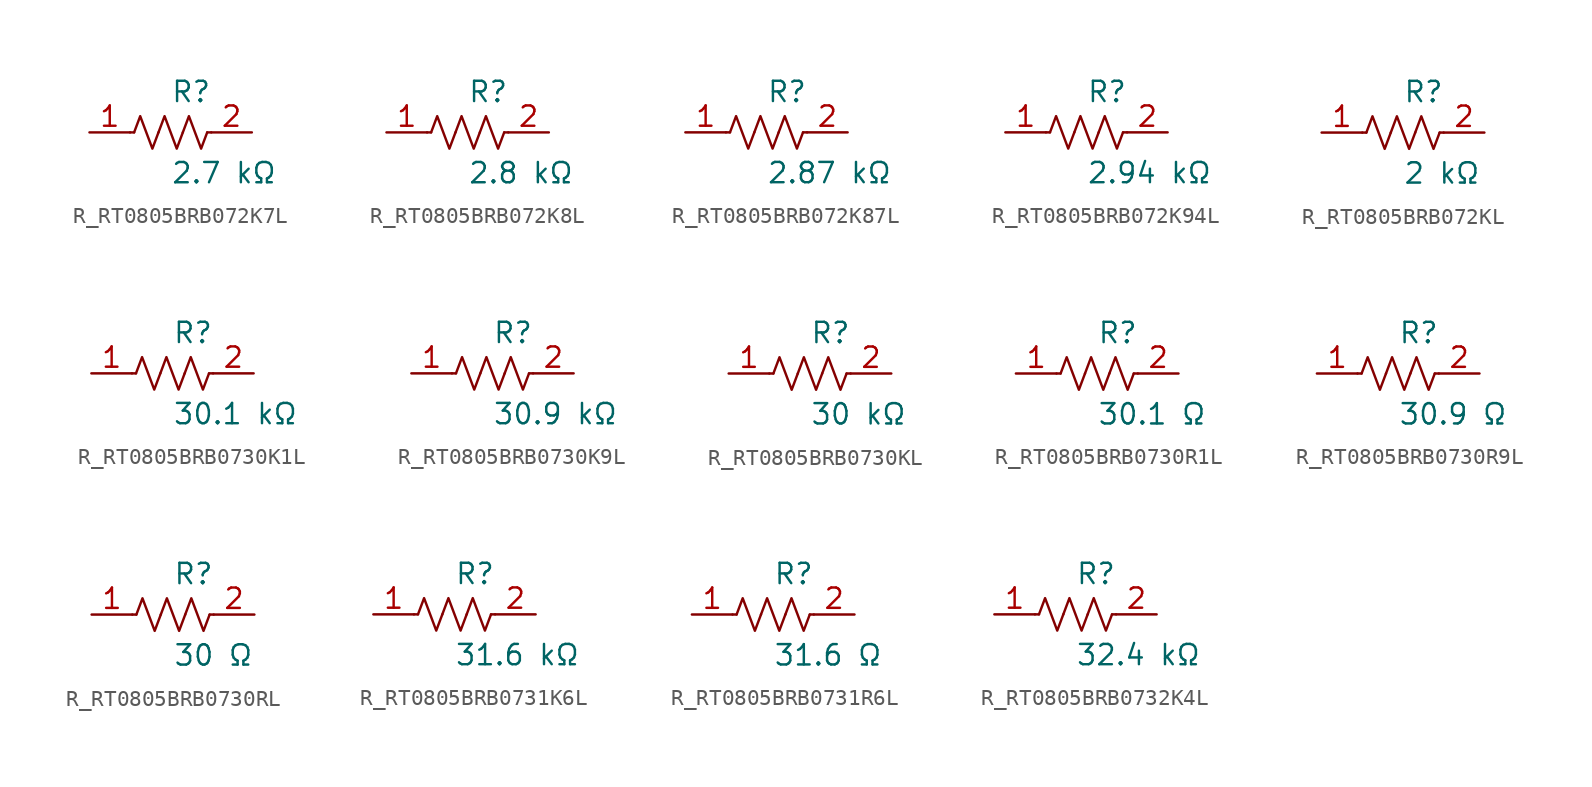
<source format=kicad_sym>
(kicad_symbol_lib
  (version 20231120)
  (generator kicad_symbol_editor)
  (generator_version 8.0)
  (symbol "R_RT0805BRB072K7L"
    (pin_names
      (offset 0.254))
    (property "Reference" "R"
      (at 0 2.54 0)
      (effects (font (size 1.27 1.27)) (justify left)))
    (property "Value" "2.7 kΩ"
      (at 0 -2.54 0)
      (effects (font (size 1.27 1.27)) (justify left)))
    (symbol "R_RT0805BRB072K7L_0_1"
      (polyline (pts (xy 2.286 0) (xy 2.54 0)) (stroke (width 0) (type default)) (fill (type none)))
      (polyline (pts (xy -2.286 0) (xy -2.54 0)) (stroke (width 0) (type default)) (fill (type none)))
      (polyline (pts (xy 0.762 0) (xy 1.143 1.016) (xy 1.524 0) (xy 1.905 -1.016) (xy 2.286 0)) (stroke (width 0) (type default)) (fill (type none)))
      (polyline (pts (xy -0.762 0) (xy -0.381 1.016) (xy 0 0) (xy 0.381 -1.016) (xy 0.762 0)) (stroke (width 0) (type default)) (fill (type none)))
      (polyline (pts (xy -2.286 0) (xy -1.905 1.016) (xy -1.524 0) (xy -1.143 -1.016) (xy -0.762 0)) (stroke (width 0) (type default)) (fill (type none))))
    (pin unspecified line
      (at -5.08 0 0)
      (length 2.54)
      (name "" (effects (font (size 1.27 1.27))))
      (number "1" (effects (font (size 1.27 1.27)))))
    (pin unspecified line
      (at 5.08 0 180)
      (length 2.54)
      (name "" (effects (font (size 1.27 1.27))))
      (number "2" (effects (font (size 1.27 1.27))))))
  (symbol "R_RT0805BRB072K8L"
    (pin_names
      (offset 0.254))
    (property "Reference" "R"
      (at 0 2.54 0)
      (effects (font (size 1.27 1.27)) (justify left)))
    (property "Value" "2.8 kΩ"
      (at 0 -2.54 0)
      (effects (font (size 1.27 1.27)) (justify left)))
    (symbol "R_RT0805BRB072K8L_0_1"
      (polyline (pts (xy 2.286 0) (xy 2.54 0)) (stroke (width 0) (type default)) (fill (type none)))
      (polyline (pts (xy -2.286 0) (xy -2.54 0)) (stroke (width 0) (type default)) (fill (type none)))
      (polyline (pts (xy 0.762 0) (xy 1.143 1.016) (xy 1.524 0) (xy 1.905 -1.016) (xy 2.286 0)) (stroke (width 0) (type default)) (fill (type none)))
      (polyline (pts (xy -0.762 0) (xy -0.381 1.016) (xy 0 0) (xy 0.381 -1.016) (xy 0.762 0)) (stroke (width 0) (type default)) (fill (type none)))
      (polyline (pts (xy -2.286 0) (xy -1.905 1.016) (xy -1.524 0) (xy -1.143 -1.016) (xy -0.762 0)) (stroke (width 0) (type default)) (fill (type none))))
    (pin unspecified line
      (at -5.08 0 0)
      (length 2.54)
      (name "" (effects (font (size 1.27 1.27))))
      (number "1" (effects (font (size 1.27 1.27)))))
    (pin unspecified line
      (at 5.08 0 180)
      (length 2.54)
      (name "" (effects (font (size 1.27 1.27))))
      (number "2" (effects (font (size 1.27 1.27))))))
  (symbol "R_RT0805BRB072K87L"
    (pin_names
      (offset 0.254))
    (property "Reference" "R"
      (at 0 2.54 0)
      (effects (font (size 1.27 1.27)) (justify left)))
    (property "Value" "2.87 kΩ"
      (at 0 -2.54 0)
      (effects (font (size 1.27 1.27)) (justify left)))
    (symbol "R_RT0805BRB072K87L_0_1"
      (polyline (pts (xy 2.286 0) (xy 2.54 0)) (stroke (width 0) (type default)) (fill (type none)))
      (polyline (pts (xy -2.286 0) (xy -2.54 0)) (stroke (width 0) (type default)) (fill (type none)))
      (polyline (pts (xy 0.762 0) (xy 1.143 1.016) (xy 1.524 0) (xy 1.905 -1.016) (xy 2.286 0)) (stroke (width 0) (type default)) (fill (type none)))
      (polyline (pts (xy -0.762 0) (xy -0.381 1.016) (xy 0 0) (xy 0.381 -1.016) (xy 0.762 0)) (stroke (width 0) (type default)) (fill (type none)))
      (polyline (pts (xy -2.286 0) (xy -1.905 1.016) (xy -1.524 0) (xy -1.143 -1.016) (xy -0.762 0)) (stroke (width 0) (type default)) (fill (type none))))
    (pin unspecified line
      (at -5.08 0 0)
      (length 2.54)
      (name "" (effects (font (size 1.27 1.27))))
      (number "1" (effects (font (size 1.27 1.27)))))
    (pin unspecified line
      (at 5.08 0 180)
      (length 2.54)
      (name "" (effects (font (size 1.27 1.27))))
      (number "2" (effects (font (size 1.27 1.27))))))
  (symbol "R_RT0805BRB072K94L"
    (pin_names
      (offset 0.254))
    (property "Reference" "R"
      (at 0 2.54 0)
      (effects (font (size 1.27 1.27)) (justify left)))
    (property "Value" "2.94 kΩ"
      (at 0 -2.54 0)
      (effects (font (size 1.27 1.27)) (justify left)))
    (symbol "R_RT0805BRB072K94L_0_1"
      (polyline (pts (xy 2.286 0) (xy 2.54 0)) (stroke (width 0) (type default)) (fill (type none)))
      (polyline (pts (xy -2.286 0) (xy -2.54 0)) (stroke (width 0) (type default)) (fill (type none)))
      (polyline (pts (xy 0.762 0) (xy 1.143 1.016) (xy 1.524 0) (xy 1.905 -1.016) (xy 2.286 0)) (stroke (width 0) (type default)) (fill (type none)))
      (polyline (pts (xy -0.762 0) (xy -0.381 1.016) (xy 0 0) (xy 0.381 -1.016) (xy 0.762 0)) (stroke (width 0) (type default)) (fill (type none)))
      (polyline (pts (xy -2.286 0) (xy -1.905 1.016) (xy -1.524 0) (xy -1.143 -1.016) (xy -0.762 0)) (stroke (width 0) (type default)) (fill (type none))))
    (pin unspecified line
      (at -5.08 0 0)
      (length 2.54)
      (name "" (effects (font (size 1.27 1.27))))
      (number "1" (effects (font (size 1.27 1.27)))))
    (pin unspecified line
      (at 5.08 0 180)
      (length 2.54)
      (name "" (effects (font (size 1.27 1.27))))
      (number "2" (effects (font (size 1.27 1.27))))))
  (symbol "R_RT0805BRB072KL"
    (pin_names
      (offset 0.254))
    (property "Reference" "R"
      (at 0 2.54 0)
      (effects (font (size 1.27 1.27)) (justify left)))
    (property "Value" "2 kΩ"
      (at 0 -2.54 0)
      (effects (font (size 1.27 1.27)) (justify left)))
    (symbol "R_RT0805BRB072KL_0_1"
      (polyline (pts (xy 2.286 0) (xy 2.54 0)) (stroke (width 0) (type default)) (fill (type none)))
      (polyline (pts (xy -2.286 0) (xy -2.54 0)) (stroke (width 0) (type default)) (fill (type none)))
      (polyline (pts (xy 0.762 0) (xy 1.143 1.016) (xy 1.524 0) (xy 1.905 -1.016) (xy 2.286 0)) (stroke (width 0) (type default)) (fill (type none)))
      (polyline (pts (xy -0.762 0) (xy -0.381 1.016) (xy 0 0) (xy 0.381 -1.016) (xy 0.762 0)) (stroke (width 0) (type default)) (fill (type none)))
      (polyline (pts (xy -2.286 0) (xy -1.905 1.016) (xy -1.524 0) (xy -1.143 -1.016) (xy -0.762 0)) (stroke (width 0) (type default)) (fill (type none))))
    (pin unspecified line
      (at -5.08 0 0)
      (length 2.54)
      (name "" (effects (font (size 1.27 1.27))))
      (number "1" (effects (font (size 1.27 1.27)))))
    (pin unspecified line
      (at 5.08 0 180)
      (length 2.54)
      (name "" (effects (font (size 1.27 1.27))))
      (number "2" (effects (font (size 1.27 1.27))))))
  (symbol "R_RT0805BRB0730K1L"
    (pin_names
      (offset 0.254))
    (property "Reference" "R"
      (at 0 2.54 0)
      (effects (font (size 1.27 1.27)) (justify left)))
    (property "Value" "30.1 kΩ"
      (at 0 -2.54 0)
      (effects (font (size 1.27 1.27)) (justify left)))
    (symbol "R_RT0805BRB0730K1L_0_1"
      (polyline (pts (xy 2.286 0) (xy 2.54 0)) (stroke (width 0) (type default)) (fill (type none)))
      (polyline (pts (xy -2.286 0) (xy -2.54 0)) (stroke (width 0) (type default)) (fill (type none)))
      (polyline (pts (xy 0.762 0) (xy 1.143 1.016) (xy 1.524 0) (xy 1.905 -1.016) (xy 2.286 0)) (stroke (width 0) (type default)) (fill (type none)))
      (polyline (pts (xy -0.762 0) (xy -0.381 1.016) (xy 0 0) (xy 0.381 -1.016) (xy 0.762 0)) (stroke (width 0) (type default)) (fill (type none)))
      (polyline (pts (xy -2.286 0) (xy -1.905 1.016) (xy -1.524 0) (xy -1.143 -1.016) (xy -0.762 0)) (stroke (width 0) (type default)) (fill (type none))))
    (pin unspecified line
      (at -5.08 0 0)
      (length 2.54)
      (name "" (effects (font (size 1.27 1.27))))
      (number "1" (effects (font (size 1.27 1.27)))))
    (pin unspecified line
      (at 5.08 0 180)
      (length 2.54)
      (name "" (effects (font (size 1.27 1.27))))
      (number "2" (effects (font (size 1.27 1.27))))))
  (symbol "R_RT0805BRB0730K9L"
    (pin_names
      (offset 0.254))
    (property "Reference" "R"
      (at 0 2.54 0)
      (effects (font (size 1.27 1.27)) (justify left)))
    (property "Value" "30.9 kΩ"
      (at 0 -2.54 0)
      (effects (font (size 1.27 1.27)) (justify left)))
    (symbol "R_RT0805BRB0730K9L_0_1"
      (polyline (pts (xy 2.286 0) (xy 2.54 0)) (stroke (width 0) (type default)) (fill (type none)))
      (polyline (pts (xy -2.286 0) (xy -2.54 0)) (stroke (width 0) (type default)) (fill (type none)))
      (polyline (pts (xy 0.762 0) (xy 1.143 1.016) (xy 1.524 0) (xy 1.905 -1.016) (xy 2.286 0)) (stroke (width 0) (type default)) (fill (type none)))
      (polyline (pts (xy -0.762 0) (xy -0.381 1.016) (xy 0 0) (xy 0.381 -1.016) (xy 0.762 0)) (stroke (width 0) (type default)) (fill (type none)))
      (polyline (pts (xy -2.286 0) (xy -1.905 1.016) (xy -1.524 0) (xy -1.143 -1.016) (xy -0.762 0)) (stroke (width 0) (type default)) (fill (type none))))
    (pin unspecified line
      (at -5.08 0 0)
      (length 2.54)
      (name "" (effects (font (size 1.27 1.27))))
      (number "1" (effects (font (size 1.27 1.27)))))
    (pin unspecified line
      (at 5.08 0 180)
      (length 2.54)
      (name "" (effects (font (size 1.27 1.27))))
      (number "2" (effects (font (size 1.27 1.27))))))
  (symbol "R_RT0805BRB0730KL"
    (pin_names
      (offset 0.254))
    (property "Reference" "R"
      (at 0 2.54 0)
      (effects (font (size 1.27 1.27)) (justify left)))
    (property "Value" "30 kΩ"
      (at 0 -2.54 0)
      (effects (font (size 1.27 1.27)) (justify left)))
    (symbol "R_RT0805BRB0730KL_0_1"
      (polyline (pts (xy 2.286 0) (xy 2.54 0)) (stroke (width 0) (type default)) (fill (type none)))
      (polyline (pts (xy -2.286 0) (xy -2.54 0)) (stroke (width 0) (type default)) (fill (type none)))
      (polyline (pts (xy 0.762 0) (xy 1.143 1.016) (xy 1.524 0) (xy 1.905 -1.016) (xy 2.286 0)) (stroke (width 0) (type default)) (fill (type none)))
      (polyline (pts (xy -0.762 0) (xy -0.381 1.016) (xy 0 0) (xy 0.381 -1.016) (xy 0.762 0)) (stroke (width 0) (type default)) (fill (type none)))
      (polyline (pts (xy -2.286 0) (xy -1.905 1.016) (xy -1.524 0) (xy -1.143 -1.016) (xy -0.762 0)) (stroke (width 0) (type default)) (fill (type none))))
    (pin unspecified line
      (at -5.08 0 0)
      (length 2.54)
      (name "" (effects (font (size 1.27 1.27))))
      (number "1" (effects (font (size 1.27 1.27)))))
    (pin unspecified line
      (at 5.08 0 180)
      (length 2.54)
      (name "" (effects (font (size 1.27 1.27))))
      (number "2" (effects (font (size 1.27 1.27))))))
  (symbol "R_RT0805BRB0730R1L"
    (pin_names
      (offset 0.254))
    (property "Reference" "R"
      (at 0 2.54 0)
      (effects (font (size 1.27 1.27)) (justify left)))
    (property "Value" "30.1 Ω"
      (at 0 -2.54 0)
      (effects (font (size 1.27 1.27)) (justify left)))
    (symbol "R_RT0805BRB0730R1L_0_1"
      (polyline (pts (xy 2.286 0) (xy 2.54 0)) (stroke (width 0) (type default)) (fill (type none)))
      (polyline (pts (xy -2.286 0) (xy -2.54 0)) (stroke (width 0) (type default)) (fill (type none)))
      (polyline (pts (xy 0.762 0) (xy 1.143 1.016) (xy 1.524 0) (xy 1.905 -1.016) (xy 2.286 0)) (stroke (width 0) (type default)) (fill (type none)))
      (polyline (pts (xy -0.762 0) (xy -0.381 1.016) (xy 0 0) (xy 0.381 -1.016) (xy 0.762 0)) (stroke (width 0) (type default)) (fill (type none)))
      (polyline (pts (xy -2.286 0) (xy -1.905 1.016) (xy -1.524 0) (xy -1.143 -1.016) (xy -0.762 0)) (stroke (width 0) (type default)) (fill (type none))))
    (pin unspecified line
      (at -5.08 0 0)
      (length 2.54)
      (name "" (effects (font (size 1.27 1.27))))
      (number "1" (effects (font (size 1.27 1.27)))))
    (pin unspecified line
      (at 5.08 0 180)
      (length 2.54)
      (name "" (effects (font (size 1.27 1.27))))
      (number "2" (effects (font (size 1.27 1.27))))))
  (symbol "R_RT0805BRB0730R9L"
    (pin_names
      (offset 0.254))
    (property "Reference" "R"
      (at 0 2.54 0)
      (effects (font (size 1.27 1.27)) (justify left)))
    (property "Value" "30.9 Ω"
      (at 0 -2.54 0)
      (effects (font (size 1.27 1.27)) (justify left)))
    (symbol "R_RT0805BRB0730R9L_0_1"
      (polyline (pts (xy 2.286 0) (xy 2.54 0)) (stroke (width 0) (type default)) (fill (type none)))
      (polyline (pts (xy -2.286 0) (xy -2.54 0)) (stroke (width 0) (type default)) (fill (type none)))
      (polyline (pts (xy 0.762 0) (xy 1.143 1.016) (xy 1.524 0) (xy 1.905 -1.016) (xy 2.286 0)) (stroke (width 0) (type default)) (fill (type none)))
      (polyline (pts (xy -0.762 0) (xy -0.381 1.016) (xy 0 0) (xy 0.381 -1.016) (xy 0.762 0)) (stroke (width 0) (type default)) (fill (type none)))
      (polyline (pts (xy -2.286 0) (xy -1.905 1.016) (xy -1.524 0) (xy -1.143 -1.016) (xy -0.762 0)) (stroke (width 0) (type default)) (fill (type none))))
    (pin unspecified line
      (at -5.08 0 0)
      (length 2.54)
      (name "" (effects (font (size 1.27 1.27))))
      (number "1" (effects (font (size 1.27 1.27)))))
    (pin unspecified line
      (at 5.08 0 180)
      (length 2.54)
      (name "" (effects (font (size 1.27 1.27))))
      (number "2" (effects (font (size 1.27 1.27))))))
  (symbol "R_RT0805BRB0730RL"
    (pin_names
      (offset 0.254))
    (property "Reference" "R"
      (at 0 2.54 0)
      (effects (font (size 1.27 1.27)) (justify left)))
    (property "Value" "30 Ω"
      (at 0 -2.54 0)
      (effects (font (size 1.27 1.27)) (justify left)))
    (symbol "R_RT0805BRB0730RL_0_1"
      (polyline (pts (xy 2.286 0) (xy 2.54 0)) (stroke (width 0) (type default)) (fill (type none)))
      (polyline (pts (xy -2.286 0) (xy -2.54 0)) (stroke (width 0) (type default)) (fill (type none)))
      (polyline (pts (xy 0.762 0) (xy 1.143 1.016) (xy 1.524 0) (xy 1.905 -1.016) (xy 2.286 0)) (stroke (width 0) (type default)) (fill (type none)))
      (polyline (pts (xy -0.762 0) (xy -0.381 1.016) (xy 0 0) (xy 0.381 -1.016) (xy 0.762 0)) (stroke (width 0) (type default)) (fill (type none)))
      (polyline (pts (xy -2.286 0) (xy -1.905 1.016) (xy -1.524 0) (xy -1.143 -1.016) (xy -0.762 0)) (stroke (width 0) (type default)) (fill (type none))))
    (pin unspecified line
      (at -5.08 0 0)
      (length 2.54)
      (name "" (effects (font (size 1.27 1.27))))
      (number "1" (effects (font (size 1.27 1.27)))))
    (pin unspecified line
      (at 5.08 0 180)
      (length 2.54)
      (name "" (effects (font (size 1.27 1.27))))
      (number "2" (effects (font (size 1.27 1.27))))))
  (symbol "R_RT0805BRB0731K6L"
    (pin_names
      (offset 0.254))
    (property "Reference" "R"
      (at 0 2.54 0)
      (effects (font (size 1.27 1.27)) (justify left)))
    (property "Value" "31.6 kΩ"
      (at 0 -2.54 0)
      (effects (font (size 1.27 1.27)) (justify left)))
    (symbol "R_RT0805BRB0731K6L_0_1"
      (polyline (pts (xy 2.286 0) (xy 2.54 0)) (stroke (width 0) (type default)) (fill (type none)))
      (polyline (pts (xy -2.286 0) (xy -2.54 0)) (stroke (width 0) (type default)) (fill (type none)))
      (polyline (pts (xy 0.762 0) (xy 1.143 1.016) (xy 1.524 0) (xy 1.905 -1.016) (xy 2.286 0)) (stroke (width 0) (type default)) (fill (type none)))
      (polyline (pts (xy -0.762 0) (xy -0.381 1.016) (xy 0 0) (xy 0.381 -1.016) (xy 0.762 0)) (stroke (width 0) (type default)) (fill (type none)))
      (polyline (pts (xy -2.286 0) (xy -1.905 1.016) (xy -1.524 0) (xy -1.143 -1.016) (xy -0.762 0)) (stroke (width 0) (type default)) (fill (type none))))
    (pin unspecified line
      (at -5.08 0 0)
      (length 2.54)
      (name "" (effects (font (size 1.27 1.27))))
      (number "1" (effects (font (size 1.27 1.27)))))
    (pin unspecified line
      (at 5.08 0 180)
      (length 2.54)
      (name "" (effects (font (size 1.27 1.27))))
      (number "2" (effects (font (size 1.27 1.27))))))
  (symbol "R_RT0805BRB0731R6L"
    (pin_names
      (offset 0.254))
    (property "Reference" "R"
      (at 0 2.54 0)
      (effects (font (size 1.27 1.27)) (justify left)))
    (property "Value" "31.6 Ω"
      (at 0 -2.54 0)
      (effects (font (size 1.27 1.27)) (justify left)))
    (symbol "R_RT0805BRB0731R6L_0_1"
      (polyline (pts (xy 2.286 0) (xy 2.54 0)) (stroke (width 0) (type default)) (fill (type none)))
      (polyline (pts (xy -2.286 0) (xy -2.54 0)) (stroke (width 0) (type default)) (fill (type none)))
      (polyline (pts (xy 0.762 0) (xy 1.143 1.016) (xy 1.524 0) (xy 1.905 -1.016) (xy 2.286 0)) (stroke (width 0) (type default)) (fill (type none)))
      (polyline (pts (xy -0.762 0) (xy -0.381 1.016) (xy 0 0) (xy 0.381 -1.016) (xy 0.762 0)) (stroke (width 0) (type default)) (fill (type none)))
      (polyline (pts (xy -2.286 0) (xy -1.905 1.016) (xy -1.524 0) (xy -1.143 -1.016) (xy -0.762 0)) (stroke (width 0) (type default)) (fill (type none))))
    (pin unspecified line
      (at -5.08 0 0)
      (length 2.54)
      (name "" (effects (font (size 1.27 1.27))))
      (number "1" (effects (font (size 1.27 1.27)))))
    (pin unspecified line
      (at 5.08 0 180)
      (length 2.54)
      (name "" (effects (font (size 1.27 1.27))))
      (number "2" (effects (font (size 1.27 1.27))))))
  (symbol "R_RT0805BRB0732K4L"
    (pin_names
      (offset 0.254))
    (property "Reference" "R"
      (at 0 2.54 0)
      (effects (font (size 1.27 1.27)) (justify left)))
    (property "Value" "32.4 kΩ"
      (at 0 -2.54 0)
      (effects (font (size 1.27 1.27)) (justify left)))
    (symbol "R_RT0805BRB0732K4L_0_1"
      (polyline (pts (xy 2.286 0) (xy 2.54 0)) (stroke (width 0) (type default)) (fill (type none)))
      (polyline (pts (xy -2.286 0) (xy -2.54 0)) (stroke (width 0) (type default)) (fill (type none)))
      (polyline (pts (xy 0.762 0) (xy 1.143 1.016) (xy 1.524 0) (xy 1.905 -1.016) (xy 2.286 0)) (stroke (width 0) (type default)) (fill (type none)))
      (polyline (pts (xy -0.762 0) (xy -0.381 1.016) (xy 0 0) (xy 0.381 -1.016) (xy 0.762 0)) (stroke (width 0) (type default)) (fill (type none)))
      (polyline (pts (xy -2.286 0) (xy -1.905 1.016) (xy -1.524 0) (xy -1.143 -1.016) (xy -0.762 0)) (stroke (width 0) (type default)) (fill (type none))))
    (pin unspecified line
      (at -5.08 0 0)
      (length 2.54)
      (name "" (effects (font (size 1.27 1.27))))
      (number "1" (effects (font (size 1.27 1.27)))))
    (pin unspecified line
      (at 5.08 0 180)
      (length 2.54)
      (name "" (effects (font (size 1.27 1.27))))
      (number "2" (effects (font (size 1.27 1.27)))))))
</source>
